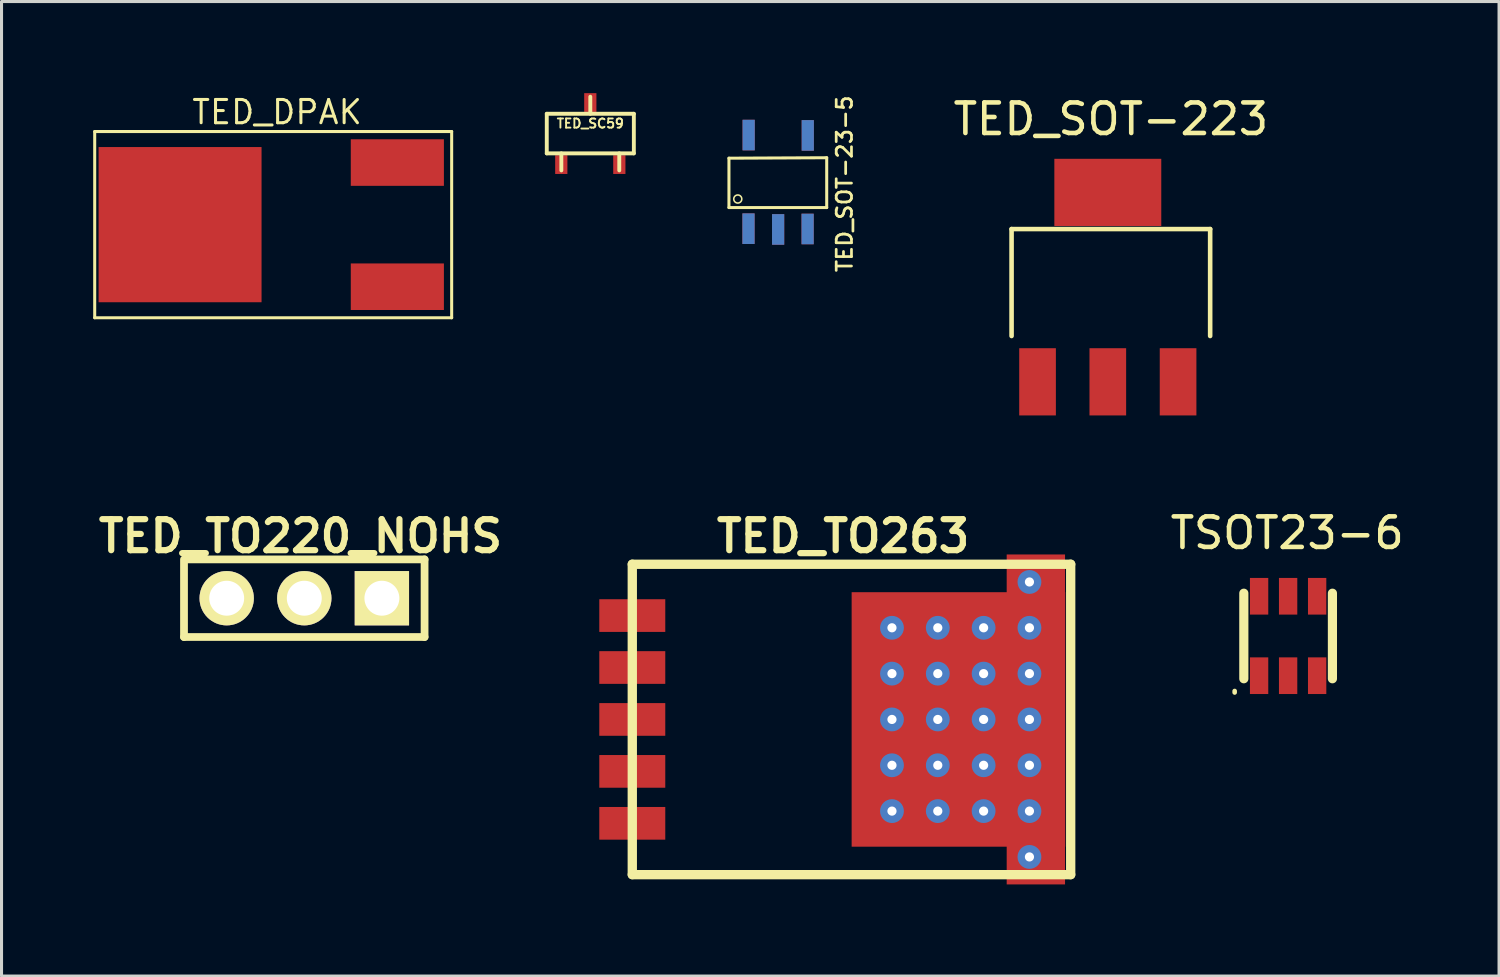
<source format=kicad_pcb>
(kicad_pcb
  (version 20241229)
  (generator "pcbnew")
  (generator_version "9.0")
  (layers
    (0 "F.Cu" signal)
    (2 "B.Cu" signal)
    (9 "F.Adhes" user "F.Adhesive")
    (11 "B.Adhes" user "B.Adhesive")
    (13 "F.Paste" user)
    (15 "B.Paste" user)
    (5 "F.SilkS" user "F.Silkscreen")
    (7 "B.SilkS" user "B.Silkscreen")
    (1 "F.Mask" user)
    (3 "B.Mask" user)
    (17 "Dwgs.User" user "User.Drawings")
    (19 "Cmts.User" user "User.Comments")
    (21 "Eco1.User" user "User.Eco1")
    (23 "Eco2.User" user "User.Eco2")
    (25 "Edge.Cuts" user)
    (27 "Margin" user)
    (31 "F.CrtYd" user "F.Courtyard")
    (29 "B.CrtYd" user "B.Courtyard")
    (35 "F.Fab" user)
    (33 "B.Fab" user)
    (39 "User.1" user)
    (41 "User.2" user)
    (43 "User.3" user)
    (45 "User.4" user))
  (footprint "TED_TO220_NOHS"
    (layer "F.Cu")
    (at 6.91 16.531)
    (property "Reference" "TED_TO220_NOHS" (at -0.127 -2.032 0) (layer "F.SilkS") (effects (font (size 1.016 1.016) (thickness 0.203))))
    (attr through_hole)
    (fp_line (start -3.937 1.27) (end -3.937 -1.27) (stroke (width 0.254) (type solid)) (layer "F.SilkS"))
    (fp_line (start -3.81 -1.27) (end 3.937 -1.27) (stroke (width 0.254) (type solid)) (layer "F.SilkS"))
    (fp_line (start 3.937 -1.27) (end 3.937 1.27) (stroke (width 0.254) (type solid)) (layer "F.SilkS"))
    (fp_line (start 3.937 1.27) (end -3.937 1.27) (stroke (width 0.254) (type solid)) (layer "F.SilkS"))
    (pad "1" thru_hole circle (at -2.54 0) (size 1.778 1.778) (drill 1.143) (layers "*.Cu" "*.Mask" "F.SilkS"))
    (pad "2" thru_hole circle (at 0 0) (size 1.778 1.778) (drill 1.143) (layers "*.Cu" "*.Mask" "F.SilkS"))
    (pad "3" thru_hole rect (at 2.54 0) (size 1.778 1.778) (drill 1.143) (layers "*.Cu" "*.Mask" "F.SilkS")))
  (footprint "TED_DPAK"
    (layer "F.Cu")
    (at 5.892 4.303)
    (property "Reference" "TED_DPAK" (at 0.127 -3.683 0) (layer "F.SilkS") (effects (font (size 0.762 0.762) (thickness 0.099))))
    (attr through_hole)
    (fp_line (start -5.842 -3.048) (end 5.842 -3.048) (stroke (width 0.099) (type solid)) (layer "F.SilkS"))
    (fp_line (start -5.842 3.048) (end -5.842 -3.048) (stroke (width 0.099) (type solid)) (layer "F.SilkS"))
    (fp_line (start 5.842 -3.048) (end 5.842 3.048) (stroke (width 0.099) (type solid)) (layer "F.SilkS"))
    (fp_line (start 5.842 3.048) (end -5.842 3.048) (stroke (width 0.099) (type solid)) (layer "F.SilkS"))
    (pad "1" smd rect (at 4.064 2.032) (size 3.048 1.524) (layers "F.Cu" "F.Mask" "F.Paste"))
    (pad "2" smd rect (at -3.048 0) (size 5.334 5.08) (layers "F.Cu" "F.Mask" "F.Paste"))
    (pad "3" smd rect (at 4.064 -2.032) (size 3.048 1.524) (layers "F.Cu" "F.Mask" "F.Paste")))
  (footprint "TED_SOT-223"
    (layer "F.Cu")
    (at 33.211 9.448)
    (property "Reference" "TED_SOT-223" (at 0.1 -8.6 0) (layer "F.SilkS") (effects (font (size 1 1) (thickness 0.15))))
    (attr smd)
    (fp_line (start -3.15 -5) (end -3.15 -1.5) (stroke (width 0.15) (type solid)) (layer "F.SilkS"))
    (fp_line (start -3.15 -5) (end 3.35 -5) (stroke (width 0.15) (type solid)) (layer "F.SilkS"))
    (fp_line (start 3.35 -5) (end 3.35 -1.5) (stroke (width 0.15) (type solid)) (layer "F.SilkS"))
    (pad "1" smd rect (at -2.3 0) (size 1.2 2.2) (layers "F.Cu" "F.Mask" "F.Paste"))
    (pad "2" smd rect (at 0 0) (size 1.2 2.2) (layers "F.Cu" "F.Mask" "F.Paste"))
    (pad "3" smd rect (at 2.3 0) (size 1.2 2.2) (layers "F.Cu" "F.Mask" "F.Paste"))
    (pad "4" smd rect (at 0 -6.2) (size 3.5 2.2) (layers "F.Cu" "F.Mask" "F.Paste")))
  (footprint "TED_SOT-23-5"
    (layer "F.Cu")
    (at 22.41 2.931)
    (property "Reference" "TED_SOT-23-5" (at 2.184 0.036 90) (layer "F.SilkS") (effects (font (size 0.5 0.5) (thickness 0.089))))
    (attr smd)
    (fp_line (start -1.6 -0.803) (end 1.6 -0.818) (stroke (width 0.099) (type solid)) (layer "F.SilkS"))
    (fp_line (start -1.6 0.813) (end -1.6 -0.803) (stroke (width 0.099) (type solid)) (layer "F.SilkS"))
    (fp_line (start 1.6 -0.818) (end 1.6 0.813) (stroke (width 0.099) (type solid)) (layer "F.SilkS"))
    (fp_line (start 1.6 0.813) (end -1.6 0.813) (stroke (width 0.099) (type solid)) (layer "F.SilkS"))
    (fp_circle (center -1.311 0.533) (end -1.184 0.569) (stroke (width 0.051) (type solid)) (fill no) (layer "F.SilkS"))
    (pad "1" thru_hole rect (at -0.96 1.504) (size 0.399 1.001) (drill 0.000001) (layers "F.Cu"))
    (pad "2" thru_hole rect (at 0.01 1.529) (size 0.399 1.001) (drill 0.000001) (layers "F.Cu"))
    (pad "3" thru_hole rect (at 0.975 1.514) (size 0.399 1.001) (drill 0.000001) (layers "F.Cu"))
    (pad "4" thru_hole rect (at 0.98 -1.549) (size 0.399 1.001) (drill 0.000001) (layers "F.Cu"))
    (pad "5" thru_hole rect (at -0.955 -1.56) (size 0.399 1.001) (drill 0.000001) (layers "F.Cu")))
  (footprint "TED_SC59"
    (layer "F.Cu")
    (at 16.272 1.322)
    (property "Reference" "TED_SC59" (at 0 -0.33 0) (layer "F.SilkS") (effects (font (size 0.3 0.3) (thickness 0.061))))
    (attr smd)
    (fp_line (start -1.425 -0.648) (end 1.425 -0.648) (stroke (width 0.127) (type solid)) (layer "F.SilkS"))
    (fp_line (start -1.425 0.648) (end -1.425 -0.648) (stroke (width 0.127) (type solid)) (layer "F.SilkS"))
    (fp_line (start -0.948 0.648) (end -0.948 1.206) (stroke (width 0.127) (type solid)) (layer "F.SilkS"))
    (fp_line (start 0 -0.648) (end 0 -1.206) (stroke (width 0.127) (type solid)) (layer "F.SilkS"))
    (fp_line (start 0.948 0.648) (end 0.948 1.206) (stroke (width 0.127) (type solid)) (layer "F.SilkS"))
    (fp_line (start 1.425 -0.648) (end 1.425 0.648) (stroke (width 0.127) (type solid)) (layer "F.SilkS"))
    (fp_line (start 1.425 0.648) (end -1.425 0.648) (stroke (width 0.127) (type solid)) (layer "F.SilkS"))
    (pad "1" smd rect (at -0.95 1.016) (size 0.4 0.613) (layers "F.Cu" "F.Mask" "F.Paste"))
    (pad "2" smd rect (at 0.95 1.016) (size 0.4 0.613) (layers "F.Cu" "F.Mask" "F.Paste"))
    (pad "3" smd rect (at 0 -1.016) (size 0.4 0.613) (layers "F.Cu" "F.Mask" "F.Paste")))
  (footprint "TSOT23-6"
    (layer "F.Cu")
    (at 39.113 17.767)
    (property "Reference" "TSOT23-6" (at -0.03 -3.37 0) (layer "F.SilkS") (effects (font (size 1 1) (thickness 0.15))))
    (attr smd)
    (fp_line (start -1.75 1.8) (end -1.75 1.85) (stroke (width 0.15) (type solid)) (layer "F.SilkS"))
    (fp_line (start -1.45 -1.4) (end -1.45 1.4) (stroke (width 0.3) (type solid)) (layer "F.SilkS"))
    (fp_line (start 1.45 -1.4) (end 1.45 1.4) (stroke (width 0.3) (type solid)) (layer "F.SilkS"))
    (pad "1" smd rect (at -0.95 1.3) (size 0.6 1.2) (layers "F.Cu" "F.Mask" "F.Paste"))
    (pad "2" smd rect (at 0 1.3) (size 0.6 1.2) (layers "F.Cu" "F.Mask" "F.Paste"))
    (pad "3" smd rect (at 0.95 1.3) (size 0.6 1.2) (layers "F.Cu" "F.Mask" "F.Paste"))
    (pad "4" smd rect (at 0.95 -1.3) (size 0.6 1.2) (layers "F.Cu" "F.Mask" "F.Paste"))
    (pad "5" smd rect (at 0 -1.3) (size 0.6 1.2) (layers "F.Cu" "F.Mask" "F.Paste"))
    (pad "6" smd rect (at -0.95 -1.3) (size 0.6 1.2) (layers "F.Cu" "F.Mask" "F.Paste")))
  (footprint "TED_TO263"
    (layer "F.Cu")
    (at 17.646 20.499)
    (property "Reference" "TED_TO263" (at 6.9 -6 0) (layer "F.SilkS") (effects (font (size 1.016 1.016) (thickness 0.203))))
    (attr through_hole)
    (fp_line (start 0 -5.08) (end 0 5.08) (stroke (width 0.305) (type solid)) (layer "F.SilkS"))
    (fp_line (start 0 5.08) (end 14.35 5.08) (stroke (width 0.305) (type solid)) (layer "F.SilkS"))
    (fp_line (start 14.35 -5.08) (end 0 -5.08) (stroke (width 0.305) (type solid)) (layer "F.SilkS"))
    (fp_line (start 14.35 5.08) (end 14.35 -5.08) (stroke (width 0.305) (type solid)) (layer "F.SilkS"))
    (pad "1" smd rect (at 0 -3.4) (size 2.16 1.07) (layers "F.Cu" "F.Mask" "F.Paste"))
    (pad "2" smd rect (at 0 -1.7) (size 2.16 1.07) (layers "F.Cu" "F.Mask" "F.Paste"))
    (pad "3" smd rect (at 0 0) (size 2.16 1.07) (layers "F.Cu" "F.Mask" "F.Paste"))
    (pad "3" thru_hole circle (at 8.5 -3) (size 0.78 0.78) (drill 0.3) (layers "*.Cu" "*.Mask"))
    (pad "3" thru_hole circle (at 8.5 -1.5) (size 0.78 0.78) (drill 0.3) (layers "*.Cu" "*.Mask"))
    (pad "3" thru_hole circle (at 8.5 0) (size 0.78 0.78) (drill 0.3) (layers "*.Cu" "*.Mask"))
    (pad "3" thru_hole circle (at 8.5 1.5) (size 0.78 0.78) (drill 0.3) (layers "*.Cu" "*.Mask"))
    (pad "3" thru_hole circle (at 8.5 3) (size 0.78 0.78) (drill 0.3) (layers "*.Cu" "*.Mask"))
    (pad "3" thru_hole circle (at 10 -3) (size 0.78 0.78) (drill 0.3) (layers "*.Cu" "*.Mask"))
    (pad "3" thru_hole circle (at 10 -1.5) (size 0.78 0.78) (drill 0.3) (layers "*.Cu" "*.Mask"))
    (pad "3" thru_hole circle (at 10 0) (size 0.78 0.78) (drill 0.3) (layers "*.Cu" "*.Mask"))
    (pad "3" thru_hole circle (at 10 1.5) (size 0.78 0.78) (drill 0.3) (layers "*.Cu" "*.Mask"))
    (pad "3" thru_hole circle (at 10 3) (size 0.78 0.78) (drill 0.3) (layers "*.Cu" "*.Mask"))
    (pad "3" smd rect (at 10.675 0) (size 6.99 8.33) (layers "F.Cu" "F.Mask" "F.Paste"))
    (pad "3" thru_hole circle (at 11.5 -3) (size 0.78 0.78) (drill 0.3) (layers "*.Cu" "*.Mask"))
    (pad "3" thru_hole circle (at 11.5 -1.5) (size 0.78 0.78) (drill 0.3) (layers "*.Cu" "*.Mask"))
    (pad "3" thru_hole circle (at 11.5 0) (size 0.78 0.78) (drill 0.3) (layers "*.Cu" "*.Mask"))
    (pad "3" thru_hole circle (at 11.5 1.5) (size 0.78 0.78) (drill 0.3) (layers "*.Cu" "*.Mask"))
    (pad "3" thru_hole circle (at 11.5 3) (size 0.78 0.78) (drill 0.3) (layers "*.Cu" "*.Mask"))
    (pad "3" thru_hole circle (at 13 -4.5) (size 0.78 0.78) (drill 0.3) (layers "*.Cu" "*.Mask"))
    (pad "3" thru_hole circle (at 13 -3) (size 0.78 0.78) (drill 0.3) (layers "*.Cu" "*.Mask"))
    (pad "3" thru_hole circle (at 13 -1.5) (size 0.78 0.78) (drill 0.3) (layers "*.Cu" "*.Mask"))
    (pad "3" thru_hole circle (at 13 0) (size 0.78 0.78) (drill 0.3) (layers "*.Cu" "*.Mask"))
    (pad "3" thru_hole circle (at 13 1.5) (size 0.78 0.78) (drill 0.3) (layers "*.Cu" "*.Mask"))
    (pad "3" thru_hole circle (at 13 3) (size 0.78 0.78) (drill 0.3) (layers "*.Cu" "*.Mask"))
    (pad "3" thru_hole circle (at 13 4.5) (size 0.78 0.78) (drill 0.3) (layers "*.Cu" "*.Mask"))
    (pad "3" smd rect (at 13.21 0) (size 1.91 10.8) (layers "F.Cu" "F.Mask" "F.Paste"))
    (pad "4" smd rect (at 0 1.7) (size 2.16 1.07) (layers "F.Cu" "F.Mask" "F.Paste"))
    (pad "5" smd rect (at 0 3.4) (size 2.16 1.07) (layers "F.Cu" "F.Mask" "F.Paste")))
  (gr_rect
    (start -3 -3)
    (end 46.017 28.899)
    (stroke (width 0.1) (type default))
    (fill no)
    (layer "Edge.Cuts")))
</source>
